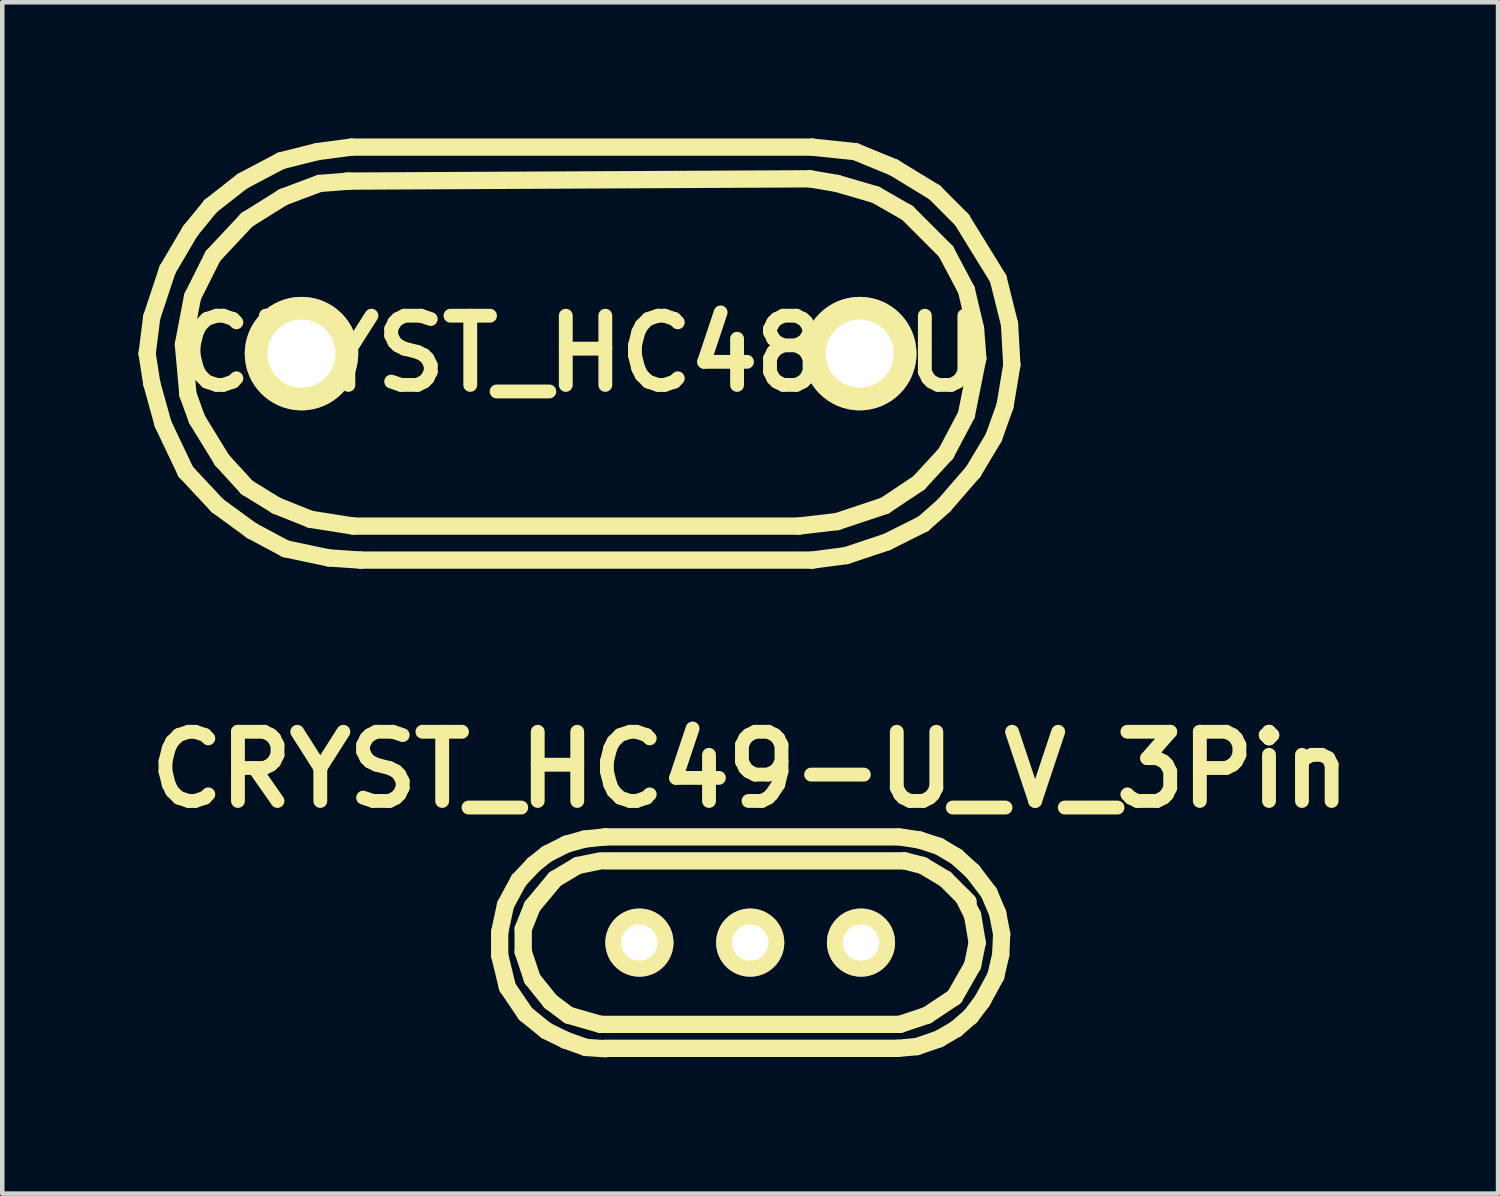
<source format=kicad_pcb>
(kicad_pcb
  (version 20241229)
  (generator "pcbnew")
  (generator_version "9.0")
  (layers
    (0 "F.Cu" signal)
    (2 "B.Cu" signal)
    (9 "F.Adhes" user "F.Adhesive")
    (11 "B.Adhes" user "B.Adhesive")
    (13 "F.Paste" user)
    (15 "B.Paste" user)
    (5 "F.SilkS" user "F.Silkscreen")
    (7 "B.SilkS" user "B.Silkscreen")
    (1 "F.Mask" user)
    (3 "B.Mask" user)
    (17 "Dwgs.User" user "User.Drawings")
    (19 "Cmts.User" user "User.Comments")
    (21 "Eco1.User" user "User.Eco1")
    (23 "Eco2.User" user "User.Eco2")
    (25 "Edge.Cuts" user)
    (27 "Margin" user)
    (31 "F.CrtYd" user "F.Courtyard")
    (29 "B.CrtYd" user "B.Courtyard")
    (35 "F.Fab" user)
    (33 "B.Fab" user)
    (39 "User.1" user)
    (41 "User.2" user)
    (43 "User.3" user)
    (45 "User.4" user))
  (footprint "CRYST_HC48-U"
    (layer "F.Cu")
    (at 9.741 4.74)
    (property "Reference" "CRYST_HC48-U" (at 0 0 0) (layer "F.SilkS") (effects (font (size 1.524 1.524) (thickness 0.305))))
    (attr through_hole)
    (fp_line (start -9.55 0) (end -9.449 -0.8) (stroke (width 0.381) (type solid)) (layer "F.SilkS"))
    (fp_line (start -9.449 -0.8) (end -9.101 -1.849) (stroke (width 0.381) (type solid)) (layer "F.SilkS"))
    (fp_line (start -9.449 0.65) (end -9.55 0) (stroke (width 0.381) (type solid)) (layer "F.SilkS"))
    (fp_line (start -9.2 1.549) (end -9.449 0.65) (stroke (width 0.381) (type solid)) (layer "F.SilkS"))
    (fp_line (start -9.101 -1.849) (end -8.6 -2.7) (stroke (width 0.381) (type solid)) (layer "F.SilkS"))
    (fp_line (start -8.75 -0.201) (end -8.55 -1.25) (stroke (width 0.381) (type solid)) (layer "F.SilkS"))
    (fp_line (start -8.7 2.601) (end -9.2 1.549) (stroke (width 0.381) (type solid)) (layer "F.SilkS"))
    (fp_line (start -8.651 0.899) (end -8.75 -0.201) (stroke (width 0.381) (type solid)) (layer "F.SilkS"))
    (fp_line (start -8.6 -2.7) (end -8.151 -3.251) (stroke (width 0.381) (type solid)) (layer "F.SilkS"))
    (fp_line (start -8.55 -1.25) (end -8.1 -2.149) (stroke (width 0.381) (type solid)) (layer "F.SilkS"))
    (fp_line (start -8.451 1.45) (end -8.651 0.899) (stroke (width 0.381) (type solid)) (layer "F.SilkS"))
    (fp_line (start -8.151 -3.251) (end -7.45 -3.8) (stroke (width 0.381) (type solid)) (layer "F.SilkS"))
    (fp_line (start -8.1 -2.149) (end -7.351 -2.949) (stroke (width 0.381) (type solid)) (layer "F.SilkS"))
    (fp_line (start -8.001 3.35) (end -8.7 2.601) (stroke (width 0.381) (type solid)) (layer "F.SilkS"))
    (fp_line (start -7.899 2.349) (end -8.451 1.45) (stroke (width 0.381) (type solid)) (layer "F.SilkS"))
    (fp_line (start -7.45 -3.8) (end -6.599 -4.249) (stroke (width 0.381) (type solid)) (layer "F.SilkS"))
    (fp_line (start -7.351 -2.949) (end -6.551 -3.449) (stroke (width 0.381) (type solid)) (layer "F.SilkS"))
    (fp_line (start -7.351 2.949) (end -7.899 2.349) (stroke (width 0.381) (type solid)) (layer "F.SilkS"))
    (fp_line (start -7.249 3.899) (end -8.001 3.35) (stroke (width 0.381) (type solid)) (layer "F.SilkS"))
    (fp_line (start -6.701 3.35) (end -7.351 2.949) (stroke (width 0.381) (type solid)) (layer "F.SilkS"))
    (fp_line (start -6.599 -4.249) (end -5.799 -4.45) (stroke (width 0.381) (type solid)) (layer "F.SilkS"))
    (fp_line (start -6.551 -3.449) (end -5.751 -3.749) (stroke (width 0.381) (type solid)) (layer "F.SilkS"))
    (fp_line (start -6.5 4.3) (end -7.249 3.899) (stroke (width 0.381) (type solid)) (layer "F.SilkS"))
    (fp_line (start -5.951 3.65) (end -6.701 3.35) (stroke (width 0.381) (type solid)) (layer "F.SilkS"))
    (fp_line (start -5.799 -4.45) (end -5.05 -4.549) (stroke (width 0.381) (type solid)) (layer "F.SilkS"))
    (fp_line (start -5.751 -3.749) (end -5.1 -3.8) (stroke (width 0.381) (type solid)) (layer "F.SilkS"))
    (fp_line (start -5.55 4.501) (end -6.5 4.3) (stroke (width 0.381) (type solid)) (layer "F.SilkS"))
    (fp_line (start -5.151 -3.8) (end 5.05 -3.851) (stroke (width 0.381) (type solid)) (layer "F.SilkS"))
    (fp_line (start -5.05 -4.549) (end 5.1 -4.549) (stroke (width 0.381) (type solid)) (layer "F.SilkS"))
    (fp_line (start -5.001 3.8) (end -5.951 3.65) (stroke (width 0.381) (type solid)) (layer "F.SilkS"))
    (fp_line (start -4.849 4.549) (end -5.55 4.501) (stroke (width 0.381) (type solid)) (layer "F.SilkS"))
    (fp_line (start 4.801 3.8) (end -5.001 3.8) (stroke (width 0.381) (type solid)) (layer "F.SilkS"))
    (fp_line (start 5.05 -3.851) (end 5.649 -3.749) (stroke (width 0.381) (type solid)) (layer "F.SilkS"))
    (fp_line (start 5.1 -4.549) (end 6.05 -4.45) (stroke (width 0.381) (type solid)) (layer "F.SilkS"))
    (fp_line (start 5.1 4.549) (end -4.849 4.549) (stroke (width 0.381) (type solid)) (layer "F.SilkS"))
    (fp_line (start 5.649 -3.749) (end 6.5 -3.5) (stroke (width 0.381) (type solid)) (layer "F.SilkS"))
    (fp_line (start 5.649 3.701) (end 4.801 3.8) (stroke (width 0.381) (type solid)) (layer "F.SilkS"))
    (fp_line (start 5.85 4.45) (end 5.1 4.549) (stroke (width 0.381) (type solid)) (layer "F.SilkS"))
    (fp_line (start 6.05 -4.45) (end 6.901 -4.1) (stroke (width 0.381) (type solid)) (layer "F.SilkS"))
    (fp_line (start 6.5 -3.5) (end 7.201 -3.099) (stroke (width 0.381) (type solid)) (layer "F.SilkS"))
    (fp_line (start 6.701 3.35) (end 5.649 3.701) (stroke (width 0.381) (type solid)) (layer "F.SilkS"))
    (fp_line (start 6.749 4.15) (end 5.85 4.45) (stroke (width 0.381) (type solid)) (layer "F.SilkS"))
    (fp_line (start 6.901 -4.1) (end 7.8 -3.551) (stroke (width 0.381) (type solid)) (layer "F.SilkS"))
    (fp_line (start 7.201 -3.099) (end 8.049 -2.25) (stroke (width 0.381) (type solid)) (layer "F.SilkS"))
    (fp_line (start 7.45 2.85) (end 6.701 3.35) (stroke (width 0.381) (type solid)) (layer "F.SilkS"))
    (fp_line (start 7.549 3.749) (end 6.749 4.15) (stroke (width 0.381) (type solid)) (layer "F.SilkS"))
    (fp_line (start 7.8 -3.551) (end 8.4 -2.949) (stroke (width 0.381) (type solid)) (layer "F.SilkS"))
    (fp_line (start 8.001 3.35) (end 7.549 3.749) (stroke (width 0.381) (type solid)) (layer "F.SilkS"))
    (fp_line (start 8.049 -2.25) (end 8.499 -1.4) (stroke (width 0.381) (type solid)) (layer "F.SilkS"))
    (fp_line (start 8.049 2.2) (end 7.45 2.85) (stroke (width 0.381) (type solid)) (layer "F.SilkS"))
    (fp_line (start 8.4 -2.949) (end 9.2 -1.651) (stroke (width 0.381) (type solid)) (layer "F.SilkS"))
    (fp_line (start 8.499 -1.4) (end 8.7 -0.551) (stroke (width 0.381) (type solid)) (layer "F.SilkS"))
    (fp_line (start 8.499 1.349) (end 8.049 2.2) (stroke (width 0.381) (type solid)) (layer "F.SilkS"))
    (fp_line (start 8.651 2.601) (end 8.001 3.35) (stroke (width 0.381) (type solid)) (layer "F.SilkS"))
    (fp_line (start 8.7 -0.551) (end 8.75 0.099) (stroke (width 0.381) (type solid)) (layer "F.SilkS"))
    (fp_line (start 8.75 0.099) (end 8.499 1.349) (stroke (width 0.381) (type solid)) (layer "F.SilkS"))
    (fp_line (start 9.101 1.849) (end 8.651 2.601) (stroke (width 0.381) (type solid)) (layer "F.SilkS"))
    (fp_line (start 9.2 -1.651) (end 9.449 -0.65) (stroke (width 0.381) (type solid)) (layer "F.SilkS"))
    (fp_line (start 9.35 1.151) (end 9.101 1.849) (stroke (width 0.381) (type solid)) (layer "F.SilkS"))
    (fp_line (start 9.449 -0.65) (end 9.5 0.249) (stroke (width 0.381) (type solid)) (layer "F.SilkS"))
    (fp_line (start 9.5 0.249) (end 9.35 1.151) (stroke (width 0.381) (type solid)) (layer "F.SilkS"))
    (pad "1" thru_hole circle (at -6.149 0) (size 2.499 2.499) (drill 1.501) (layers "*.Cu" "*.Mask" "F.SilkS"))
    (pad "2" thru_hole circle (at 6.149 0) (size 2.499 2.499) (drill 1.501) (layers "*.Cu" "*.Mask" "F.SilkS")))
  (footprint "CRYST_HC49-U_V_3Pin"
    (layer "F.Cu")
    (at 13.477 17.716)
    (property "Reference" "CRYST_HC49-U_V_3Pin" (at 0 -3.81 0) (layer "F.SilkS") (effects (font (size 1.524 1.524) (thickness 0.305))))
    (attr through_hole)
    (fp_line (start -5.519 -0.231) (end -5.519 0.279) (stroke (width 0.381) (type solid)) (layer "F.SilkS"))
    (fp_line (start -5.519 0.279) (end -5.349 0.98) (stroke (width 0.381) (type solid)) (layer "F.SilkS"))
    (fp_line (start -5.39 -0.831) (end -5.519 -0.231) (stroke (width 0.381) (type solid)) (layer "F.SilkS"))
    (fp_line (start -5.349 0.98) (end -4.95 1.57) (stroke (width 0.381) (type solid)) (layer "F.SilkS"))
    (fp_line (start -5.1 -1.369) (end -5.39 -0.831) (stroke (width 0.381) (type solid)) (layer "F.SilkS"))
    (fp_line (start -5.001 -0.3) (end -4.801 -0.8) (stroke (width 0.381) (type solid)) (layer "F.SilkS"))
    (fp_line (start -5.001 0.201) (end -5.001 -0.3) (stroke (width 0.381) (type solid)) (layer "F.SilkS"))
    (fp_line (start -4.95 1.57) (end -4.491 1.941) (stroke (width 0.381) (type solid)) (layer "F.SilkS"))
    (fp_line (start -4.801 -0.8) (end -4.3 -1.4) (stroke (width 0.381) (type solid)) (layer "F.SilkS"))
    (fp_line (start -4.801 0.8) (end -5.001 0.201) (stroke (width 0.381) (type solid)) (layer "F.SilkS"))
    (fp_line (start -4.77 -1.72) (end -5.1 -1.369) (stroke (width 0.381) (type solid)) (layer "F.SilkS"))
    (fp_line (start -4.491 1.941) (end -4.069 2.149) (stroke (width 0.381) (type solid)) (layer "F.SilkS"))
    (fp_line (start -4.481 -1.951) (end -4.77 -1.72) (stroke (width 0.381) (type solid)) (layer "F.SilkS"))
    (fp_line (start -4.399 1.3) (end -4.801 0.8) (stroke (width 0.381) (type solid)) (layer "F.SilkS"))
    (fp_line (start -4.3 -1.4) (end -3.8 -1.699) (stroke (width 0.381) (type solid)) (layer "F.SilkS"))
    (fp_line (start -4.069 2.149) (end -3.619 2.309) (stroke (width 0.381) (type solid)) (layer "F.SilkS"))
    (fp_line (start -4.049 -2.169) (end -4.481 -1.951) (stroke (width 0.381) (type solid)) (layer "F.SilkS"))
    (fp_line (start -4 1.6) (end -4.399 1.3) (stroke (width 0.381) (type solid)) (layer "F.SilkS"))
    (fp_line (start -3.8 -1.699) (end -3.299 -1.801) (stroke (width 0.381) (type solid)) (layer "F.SilkS"))
    (fp_line (start -3.65 -2.281) (end -4.049 -2.169) (stroke (width 0.381) (type solid)) (layer "F.SilkS"))
    (fp_line (start -3.619 2.309) (end -3.18 2.339) (stroke (width 0.381) (type solid)) (layer "F.SilkS"))
    (fp_line (start -3.299 1.801) (end -4 1.6) (stroke (width 0.381) (type solid)) (layer "F.SilkS"))
    (fp_line (start -3.2 -2.329) (end 3.251 -2.329) (stroke (width 0.381) (type solid)) (layer "F.SilkS"))
    (fp_line (start -3.2 -1.801) (end 3.401 -1.801) (stroke (width 0.381) (type solid)) (layer "F.SilkS"))
    (fp_line (start -3.2 2.329) (end 3.251 2.329) (stroke (width 0.381) (type solid)) (layer "F.SilkS"))
    (fp_line (start -3.19 -2.329) (end -3.65 -2.281) (stroke (width 0.381) (type solid)) (layer "F.SilkS"))
    (fp_line (start 3.251 2.329) (end 3.67 2.291) (stroke (width 0.381) (type solid)) (layer "F.SilkS"))
    (fp_line (start 3.299 1.801) (end -3.299 1.801) (stroke (width 0.381) (type solid)) (layer "F.SilkS"))
    (fp_line (start 3.401 -1.801) (end 3.8 -1.699) (stroke (width 0.381) (type solid)) (layer "F.SilkS"))
    (fp_line (start 3.67 2.291) (end 4.161 2.121) (stroke (width 0.381) (type solid)) (layer "F.SilkS"))
    (fp_line (start 3.731 -2.261) (end 3.289 -2.329) (stroke (width 0.381) (type solid)) (layer "F.SilkS"))
    (fp_line (start 3.8 -1.699) (end 4.3 -1.4) (stroke (width 0.381) (type solid)) (layer "F.SilkS"))
    (fp_line (start 3.899 1.6) (end 3.299 1.801) (stroke (width 0.381) (type solid)) (layer "F.SilkS"))
    (fp_line (start 4.161 -2.121) (end 3.731 -2.261) (stroke (width 0.381) (type solid)) (layer "F.SilkS"))
    (fp_line (start 4.161 2.121) (end 4.539 1.9) (stroke (width 0.381) (type solid)) (layer "F.SilkS"))
    (fp_line (start 4.3 -1.4) (end 4.801 -0.899) (stroke (width 0.381) (type solid)) (layer "F.SilkS"))
    (fp_line (start 4.501 1.199) (end 3.899 1.6) (stroke (width 0.381) (type solid)) (layer "F.SilkS"))
    (fp_line (start 4.539 1.9) (end 4.859 1.621) (stroke (width 0.381) (type solid)) (layer "F.SilkS"))
    (fp_line (start 4.549 -1.89) (end 4.161 -2.121) (stroke (width 0.381) (type solid)) (layer "F.SilkS"))
    (fp_line (start 4.699 -1.001) (end 4.9 -0.599) (stroke (width 0.381) (type solid)) (layer "F.SilkS"))
    (fp_line (start 4.859 1.621) (end 5.11 1.29) (stroke (width 0.381) (type solid)) (layer "F.SilkS"))
    (fp_line (start 4.9 -1.57) (end 4.549 -1.89) (stroke (width 0.381) (type solid)) (layer "F.SilkS"))
    (fp_line (start 4.9 -0.599) (end 5.001 0) (stroke (width 0.381) (type solid)) (layer "F.SilkS"))
    (fp_line (start 4.9 0.5) (end 4.501 1.199) (stroke (width 0.381) (type solid)) (layer "F.SilkS"))
    (fp_line (start 5.001 0) (end 4.9 0.5) (stroke (width 0.381) (type solid)) (layer "F.SilkS"))
    (fp_line (start 5.11 1.29) (end 5.41 0.739) (stroke (width 0.381) (type solid)) (layer "F.SilkS"))
    (fp_line (start 5.26 -1.1) (end 4.9 -1.57) (stroke (width 0.381) (type solid)) (layer "F.SilkS"))
    (fp_line (start 5.41 0.739) (end 5.519 0.269) (stroke (width 0.381) (type solid)) (layer "F.SilkS"))
    (fp_line (start 5.451 -0.65) (end 5.26 -1.1) (stroke (width 0.381) (type solid)) (layer "F.SilkS"))
    (fp_line (start 5.519 0.269) (end 5.54 -0.191) (stroke (width 0.381) (type solid)) (layer "F.SilkS"))
    (fp_line (start 5.54 -0.191) (end 5.451 -0.65) (stroke (width 0.381) (type solid)) (layer "F.SilkS"))
    (pad "1" thru_hole circle (at -2.441 0) (size 1.501 1.501) (drill 0.8) (layers "*.Cu" "*.Mask" "F.SilkS"))
    (pad "2" thru_hole circle (at 2.441 0) (size 1.501 1.501) (drill 0.8) (layers "*.Cu" "*.Mask" "F.SilkS"))
    (pad "3" thru_hole circle (at 0 0) (size 1.501 1.501) (drill 0.8) (layers "*.Cu" "*.Mask" "F.SilkS")))
  (gr_rect
    (start -3 -3)
    (end 29.953 23.246)
    (stroke (width 0.1) (type default))
    (fill no)
    (layer "Edge.Cuts")))
</source>
